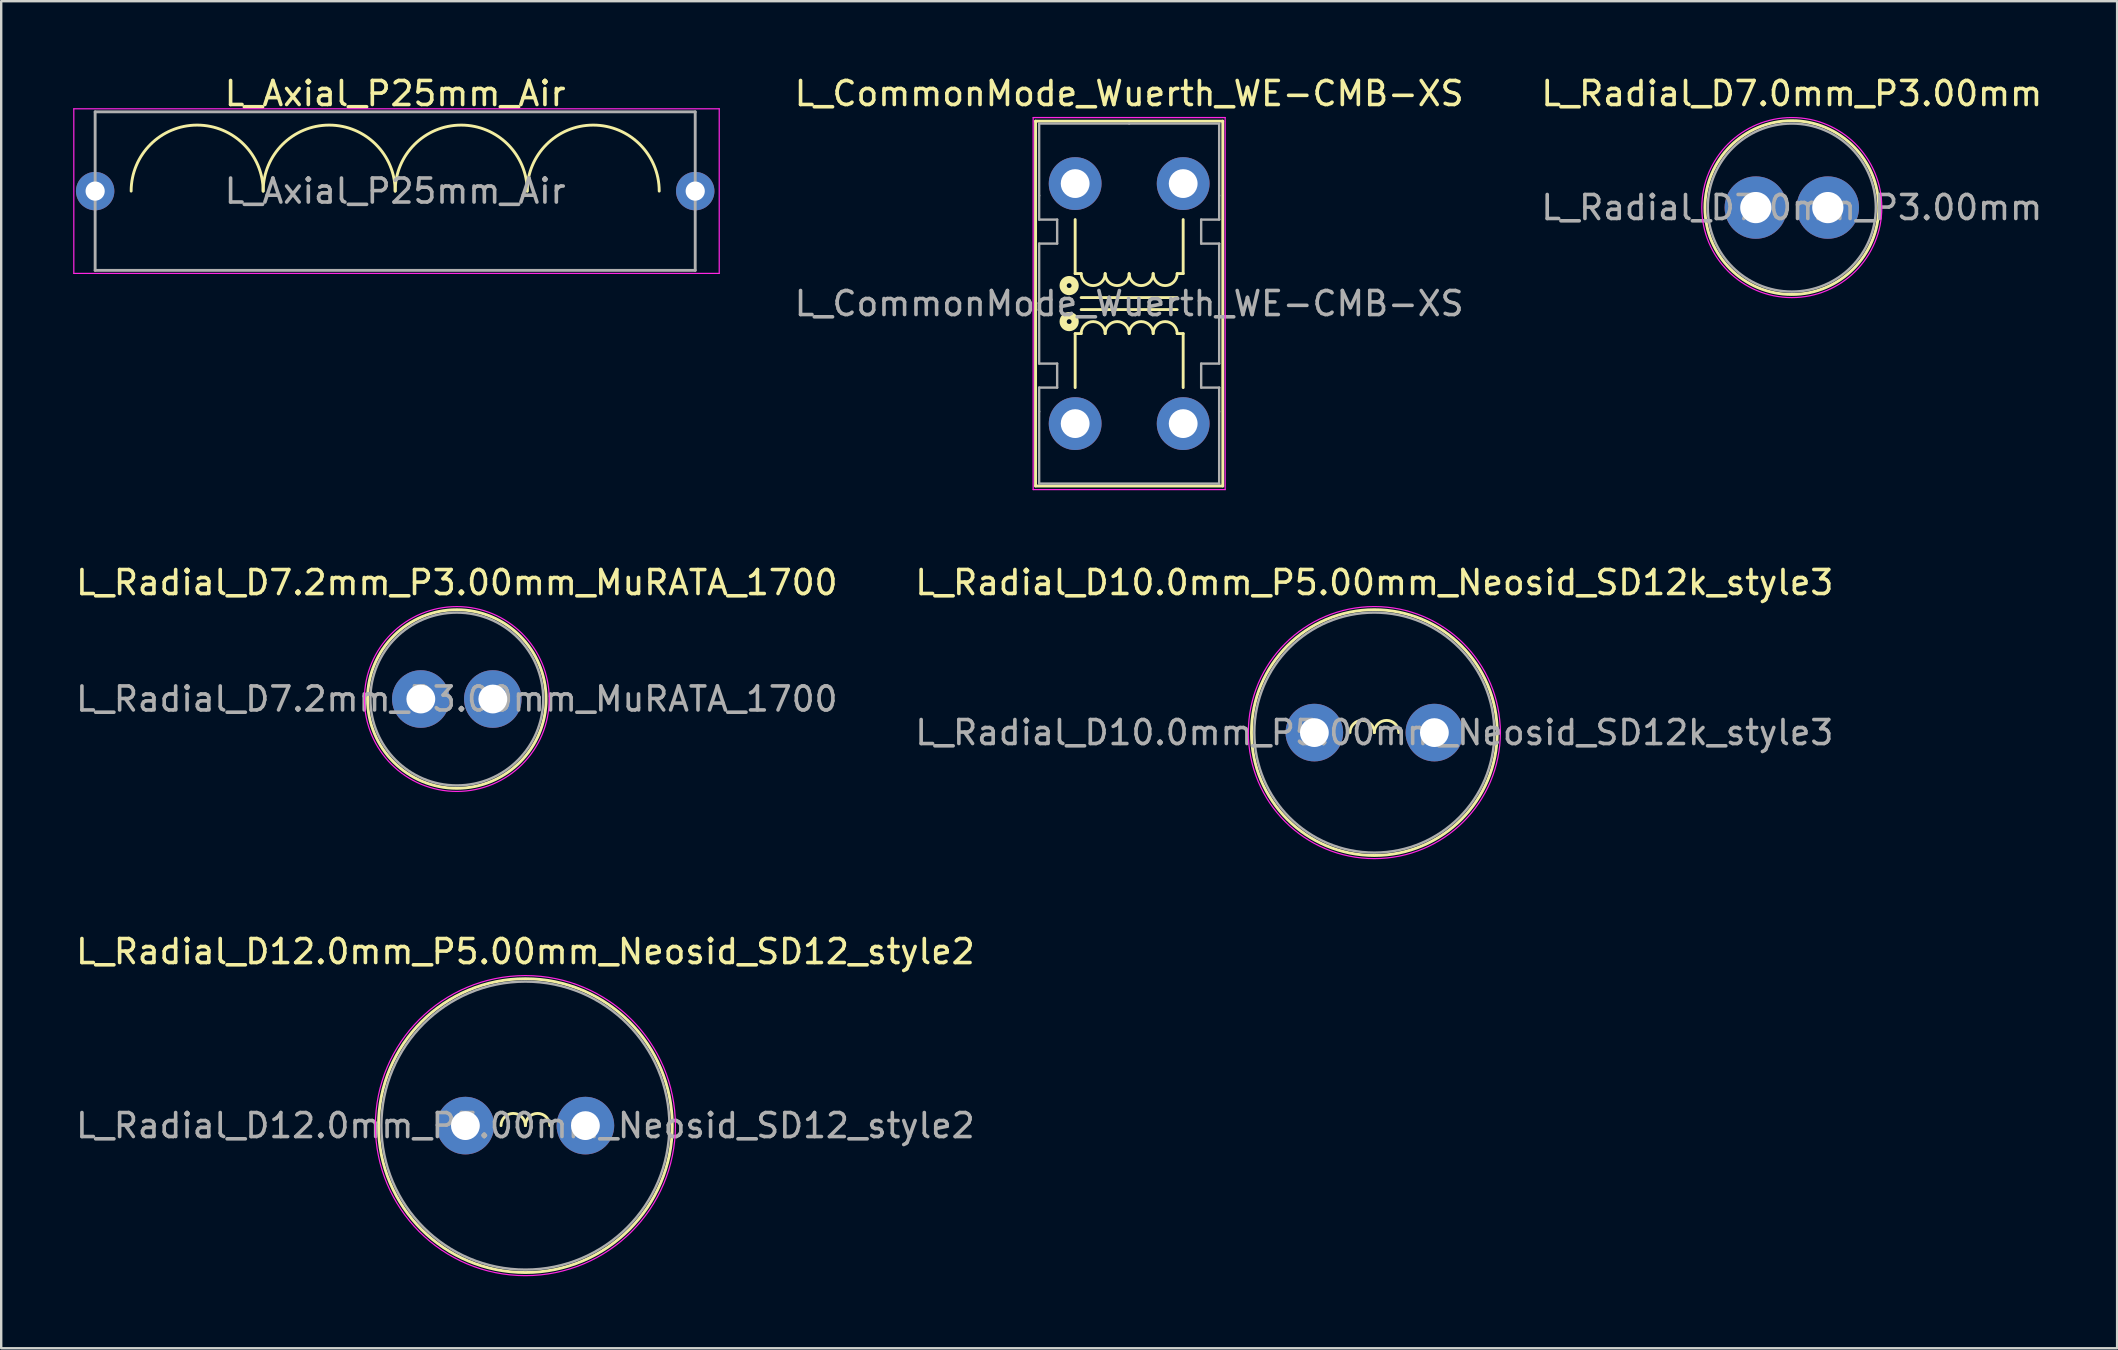
<source format=kicad_pcb>
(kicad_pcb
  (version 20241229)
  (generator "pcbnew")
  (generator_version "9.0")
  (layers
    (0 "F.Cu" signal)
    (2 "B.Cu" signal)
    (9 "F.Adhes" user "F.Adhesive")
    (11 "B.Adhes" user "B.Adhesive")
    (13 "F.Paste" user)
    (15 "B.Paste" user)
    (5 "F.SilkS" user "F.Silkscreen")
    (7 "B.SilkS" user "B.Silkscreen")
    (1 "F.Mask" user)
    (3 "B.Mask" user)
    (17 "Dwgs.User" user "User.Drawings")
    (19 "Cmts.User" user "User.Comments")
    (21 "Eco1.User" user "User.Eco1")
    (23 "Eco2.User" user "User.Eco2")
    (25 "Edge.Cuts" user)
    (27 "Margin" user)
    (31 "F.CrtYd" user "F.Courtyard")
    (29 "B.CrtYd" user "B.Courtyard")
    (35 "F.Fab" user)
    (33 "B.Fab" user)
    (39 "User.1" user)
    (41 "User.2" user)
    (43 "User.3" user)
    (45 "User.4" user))
  (footprint "L_CommonMode_Wuerth_WE-CMB-XS"
    (layer "F.Cu")
    (at 41.743 4.598)
    (property "Reference" "L_CommonMode_Wuerth_WE-CMB-XS" (at 2.25 -3.75 0) (layer "F.SilkS") (effects (font (size 1 1) (thickness 0.15))))
    (attr through_hole)
    (fp_line (start -1.65 -2.6) (end -1.65 12.6) (stroke (width 0.12) (type solid)) (layer "F.SilkS"))
    (fp_line (start -1.65 12.6) (end 6.15 12.6) (stroke (width 0.12) (type solid)) (layer "F.SilkS"))
    (fp_line (start 0 1.5) (end 0 3.75) (stroke (width 0.12) (type solid)) (layer "F.SilkS"))
    (fp_line (start 0 6.25) (end 0 8.5) (stroke (width 0.12) (type solid)) (layer "F.SilkS"))
    (fp_line (start 0.25 3.75) (end 0 3.75) (stroke (width 0.12) (type solid)) (layer "F.SilkS"))
    (fp_line (start 0.25 5.25) (end 4.25 5.25) (stroke (width 0.12) (type solid)) (layer "F.SilkS"))
    (fp_line (start 0.25 6.25) (end 0 6.25) (stroke (width 0.12) (type solid)) (layer "F.SilkS"))
    (fp_line (start 4.25 3.75) (end 4.5 3.75) (stroke (width 0.12) (type solid)) (layer "F.SilkS"))
    (fp_line (start 4.25 4.75) (end 0.25 4.75) (stroke (width 0.12) (type solid)) (layer "F.SilkS"))
    (fp_line (start 4.25 6.25) (end 4.5 6.25) (stroke (width 0.12) (type solid)) (layer "F.SilkS"))
    (fp_line (start 4.5 3.75) (end 4.5 1.5) (stroke (width 0.12) (type solid)) (layer "F.SilkS"))
    (fp_line (start 4.5 6.25) (end 4.5 8.5) (stroke (width 0.12) (type solid)) (layer "F.SilkS"))
    (fp_line (start 6.15 -2.6) (end -1.65 -2.6) (stroke (width 0.12) (type solid)) (layer "F.SilkS"))
    (fp_line (start 6.15 12.6) (end 6.15 -2.6) (stroke (width 0.12) (type solid)) (layer "F.SilkS"))
    (fp_arc (start 0.25 6.25) (mid 0.75 5.75) (end 1.25 6.25) (stroke (width 0.12) (type solid)) (layer "F.SilkS"))
    (fp_arc (start 1.25 3.75) (mid 0.75 4.25) (end 0.25 3.75) (stroke (width 0.12) (type solid)) (layer "F.SilkS"))
    (fp_arc (start 1.25 6.25) (mid 1.75 5.75) (end 2.25 6.25) (stroke (width 0.12) (type solid)) (layer "F.SilkS"))
    (fp_arc (start 2.25 3.75) (mid 1.75 4.25) (end 1.25 3.75) (stroke (width 0.12) (type solid)) (layer "F.SilkS"))
    (fp_arc (start 2.25 6.25) (mid 2.75 5.75) (end 3.25 6.25) (stroke (width 0.12) (type solid)) (layer "F.SilkS"))
    (fp_arc (start 3.25 3.75) (mid 2.75 4.25) (end 2.25 3.75) (stroke (width 0.12) (type solid)) (layer "F.SilkS"))
    (fp_arc (start 3.25 6.25) (mid 3.75 5.75) (end 4.25 6.25) (stroke (width 0.12) (type solid)) (layer "F.SilkS"))
    (fp_arc (start 4.25 3.75) (mid 3.75 4.25) (end 3.25 3.75) (stroke (width 0.12) (type solid)) (layer "F.SilkS"))
    (fp_circle (center -0.25 4.25) (end -0.15 4.25) (stroke (width 0.3) (type solid)) (fill no) (layer "F.SilkS"))
    (fp_circle (center -0.25 5.75) (end -0.15 5.75) (stroke (width 0.3) (type solid)) (fill no) (layer "F.SilkS"))
    (fp_line (start -1.75 -2.75) (end -1.75 12.75) (stroke (width 0.05) (type solid)) (layer "F.CrtYd"))
    (fp_line (start -1.75 12.75) (end 6.25 12.75) (stroke (width 0.05) (type solid)) (layer "F.CrtYd"))
    (fp_line (start 6.25 -2.75) (end -1.75 -2.75) (stroke (width 0.05) (type solid)) (layer "F.CrtYd"))
    (fp_line (start 6.25 12.75) (end 6.25 -2.75) (stroke (width 0.05) (type solid)) (layer "F.CrtYd"))
    (fp_line (start -1.5 -2.5) (end 2.25 -2.5) (stroke (width 0.1) (type solid)) (layer "F.Fab"))
    (fp_line (start -1.5 0.5) (end -1.5 -2.5) (stroke (width 0.1) (type solid)) (layer "F.Fab"))
    (fp_line (start -1.5 1.5) (end -1.5 0.5) (stroke (width 0.1) (type solid)) (layer "F.Fab"))
    (fp_line (start -1.5 2.5) (end -0.75 2.5) (stroke (width 0.1) (type solid)) (layer "F.Fab"))
    (fp_line (start -1.5 7.5) (end -1.5 2.5) (stroke (width 0.1) (type solid)) (layer "F.Fab"))
    (fp_line (start -1.5 8.5) (end -0.75 8.5) (stroke (width 0.1) (type solid)) (layer "F.Fab"))
    (fp_line (start -1.5 9.5) (end -1.5 8.5) (stroke (width 0.1) (type solid)) (layer "F.Fab"))
    (fp_line (start -1.5 12.5) (end -1.5 9.5) (stroke (width 0.1) (type solid)) (layer "F.Fab"))
    (fp_line (start -0.75 1.5) (end -1.5 1.5) (stroke (width 0.1) (type solid)) (layer "F.Fab"))
    (fp_line (start -0.75 2.5) (end -0.75 1.5) (stroke (width 0.1) (type solid)) (layer "F.Fab"))
    (fp_line (start -0.75 7.5) (end -1.5 7.5) (stroke (width 0.1) (type solid)) (layer "F.Fab"))
    (fp_line (start -0.75 8.5) (end -0.75 7.5) (stroke (width 0.1) (type solid)) (layer "F.Fab"))
    (fp_line (start 2.25 -2.5) (end 6 -2.5) (stroke (width 0.1) (type solid)) (layer "F.Fab"))
    (fp_line (start 5.25 1.5) (end 5.25 2.5) (stroke (width 0.1) (type solid)) (layer "F.Fab"))
    (fp_line (start 5.25 2.5) (end 6 2.5) (stroke (width 0.1) (type solid)) (layer "F.Fab"))
    (fp_line (start 5.25 7.5) (end 5.25 8.5) (stroke (width 0.1) (type solid)) (layer "F.Fab"))
    (fp_line (start 5.25 8.5) (end 6 8.5) (stroke (width 0.1) (type solid)) (layer "F.Fab"))
    (fp_line (start 6 -2.5) (end 6 0.5) (stroke (width 0.1) (type solid)) (layer "F.Fab"))
    (fp_line (start 6 0.5) (end 6 1.5) (stroke (width 0.1) (type solid)) (layer "F.Fab"))
    (fp_line (start 6 1.5) (end 5.25 1.5) (stroke (width 0.1) (type solid)) (layer "F.Fab"))
    (fp_line (start 6 2.5) (end 6 7.5) (stroke (width 0.1) (type solid)) (layer "F.Fab"))
    (fp_line (start 6 7.5) (end 5.25 7.5) (stroke (width 0.1) (type solid)) (layer "F.Fab"))
    (fp_line (start 6 8.5) (end 6 9.5) (stroke (width 0.1) (type solid)) (layer "F.Fab"))
    (fp_line (start 6 9.5) (end 6 12.5) (stroke (width 0.1) (type solid)) (layer "F.Fab"))
    (fp_line (start 6 12.5) (end -1.5 12.5) (stroke (width 0.1) (type solid)) (layer "F.Fab"))
    (fp_text user "${REFERENCE}" (at 2.25 5 0) (layer "F.Fab") (effects (font (size 1 1) (thickness 0.15))))
    (pad "1" thru_hole circle (at 0 0) (size 2.2 2.2) (drill 1.2) (layers "*.Cu" "*.Mask"))
    (pad "2" thru_hole circle (at 4.5 0) (size 2.2 2.2) (drill 1.2) (layers "*.Cu" "*.Mask"))
    (pad "3" thru_hole circle (at 4.5 10) (size 2.2 2.2) (drill 1.2) (layers "*.Cu" "*.Mask"))
    (pad "4" thru_hole circle (at 0 10) (size 2.2 2.2) (drill 1.2) (layers "*.Cu" "*.Mask")))
  (footprint "L_Radial_D10.0mm_P5.00mm_Neosid_SD12k_style3"
    (layer "F.Cu")
    (at 51.708 27.471)
    (property "Reference" "L_Radial_D10.0mm_P5.00mm_Neosid_SD12k_style3" (at 2.5 -6.25 0) (layer "F.SilkS") (effects (font (size 1 1) (thickness 0.15))))
    (attr through_hole)
    (fp_arc (start 1.484 0) (mid 1.992 -0.508) (end 2.5 0) (stroke (width 0.12) (type solid)) (layer "F.SilkS"))
    (fp_arc (start 2.5 0) (mid 3.008 -0.508) (end 3.516 0) (stroke (width 0.12) (type solid)) (layer "F.SilkS"))
    (fp_circle (center 2.5 0) (end 7.62 0) (stroke (width 0.12) (type solid)) (fill no) (layer "F.SilkS"))
    (fp_circle (center 2.5 0) (end 7.75 0) (stroke (width 0.05) (type solid)) (fill no) (layer "F.CrtYd"))
    (fp_circle (center 2.5 0) (end 7.5 0) (stroke (width 0.1) (type solid)) (fill no) (layer "F.Fab"))
    (fp_text user "${REFERENCE}" (at 2.5 0 0) (layer "F.Fab") (effects (font (size 1 1) (thickness 0.15))))
    (pad "1" thru_hole circle (at 0 0) (size 2.4 2.4) (drill 1.2) (layers "*.Cu" "*.Mask"))
    (pad "2" thru_hole circle (at 5 0) (size 2.4 2.4) (drill 1.2) (layers "*.Cu" "*.Mask")))
  (footprint "L_Radial_D7.2mm_P3.00mm_MuRATA_1700"
    (layer "F.Cu")
    (at 14.482 26.072)
    (property "Reference" "L_Radial_D7.2mm_P3.00mm_MuRATA_1700" (at 1.5 -4.85 0) (layer "F.SilkS") (effects (font (size 1 1) (thickness 0.15))))
    (attr through_hole)
    (fp_circle (center 1.5 0) (end 5.22 0) (stroke (width 0.12) (type solid)) (fill no) (layer "F.SilkS"))
    (fp_circle (center 1.5 0) (end 5.35 0) (stroke (width 0.05) (type solid)) (fill no) (layer "F.CrtYd"))
    (fp_circle (center 1.5 0) (end 5.1 0) (stroke (width 0.1) (type solid)) (fill no) (layer "F.Fab"))
    (fp_text user "${REFERENCE}" (at 1.5 0 0) (layer "F.Fab") (effects (font (size 1 1) (thickness 0.15))))
    (pad "1" thru_hole circle (at 0 0) (size 2.4 2.4) (drill 1.2) (layers "*.Cu" "*.Mask"))
    (pad "2" thru_hole circle (at 3 0) (size 2.4 2.4) (drill 1.2) (layers "*.Cu" "*.Mask")))
  (footprint "L_Radial_D12.0mm_P5.00mm_Neosid_SD12_style2"
    (layer "F.Cu")
    (at 16.339 43.845)
    (property "Reference" "L_Radial_D12.0mm_P5.00mm_Neosid_SD12_style2" (at 2.5 -7.25 0) (layer "F.SilkS") (effects (font (size 1 1) (thickness 0.15))))
    (attr through_hole)
    (fp_arc (start 1.484 0) (mid 1.992 -0.508) (end 2.5 0) (stroke (width 0.12) (type solid)) (layer "F.SilkS"))
    (fp_arc (start 2.5 0) (mid 3.008 -0.508) (end 3.516 0) (stroke (width 0.12) (type solid)) (layer "F.SilkS"))
    (fp_circle (center 2.5 0) (end 8.62 0) (stroke (width 0.12) (type solid)) (fill no) (layer "F.SilkS"))
    (fp_circle (center 2.5 0) (end 8.75 0) (stroke (width 0.05) (type solid)) (fill no) (layer "F.CrtYd"))
    (fp_circle (center 2.5 0) (end 8.5 0) (stroke (width 0.1) (type solid)) (fill no) (layer "F.Fab"))
    (fp_text user "${REFERENCE}" (at 2.5 0 0) (layer "F.Fab") (effects (font (size 1 1) (thickness 0.15))))
    (pad "1" thru_hole circle (at 0 0) (size 2.4 2.4) (drill 1.2) (layers "*.Cu" "*.Mask"))
    (pad "2" thru_hole circle (at 5 0) (size 2.4 2.4) (drill 1.2) (layers "*.Cu" "*.Mask")))
  (footprint "L_Radial_D7.0mm_P3.00mm"
    (layer "F.Cu")
    (at 70.1 5.598)
    (property "Reference" "L_Radial_D7.0mm_P3.00mm" (at 1.5 -4.75 0) (layer "F.SilkS") (effects (font (size 1 1) (thickness 0.15))))
    (attr through_hole)
    (fp_circle (center 1.5 0) (end 5.12 0) (stroke (width 0.12) (type solid)) (fill no) (layer "F.SilkS"))
    (fp_circle (center 1.5 0) (end 5.25 0) (stroke (width 0.05) (type solid)) (fill no) (layer "F.CrtYd"))
    (fp_circle (center 1.5 0) (end 5 0) (stroke (width 0.1) (type solid)) (fill no) (layer "F.Fab"))
    (fp_text user "${REFERENCE}" (at 1.5 0 0) (layer "F.Fab") (effects (font (size 1 1) (thickness 0.15))))
    (pad "1" thru_hole circle (at 0 0) (size 2.6 2.6) (drill 1.3) (layers "*.Cu" "*.Mask"))
    (pad "2" thru_hole circle (at 3 0) (size 2.6 2.6) (drill 1.3) (layers "*.Cu" "*.Mask")))
  (footprint "L_Axial_P25mm_Air"
    (layer "F.Cu")
    (at 0.914 4.912)
    (property "Reference" "L_Axial_P25mm_Air" (at 12.5 -4.064 0) (layer "F.SilkS") (effects (font (size 1 1) (thickness 0.15))))
    (attr through_hole)
    (fp_arc (start 1.5 0) (mid 4.25 -2.75) (end 7 0) (stroke (width 0.12) (type solid)) (layer "F.SilkS"))
    (fp_arc (start 7 0) (mid 9.75 -2.75) (end 12.5 0) (stroke (width 0.12) (type solid)) (layer "F.SilkS"))
    (fp_arc (start 12.5 0) (mid 15.25 -2.75) (end 18 0) (stroke (width 0.12) (type solid)) (layer "F.SilkS"))
    (fp_arc (start 18 0) (mid 20.75 -2.75) (end 23.5 0) (stroke (width 0.12) (type solid)) (layer "F.SilkS"))
    (fp_line (start -0.889 -3.429) (end -0.889 3.429) (stroke (width 0.05) (type solid)) (layer "F.CrtYd"))
    (fp_line (start -0.889 3.429) (end 26 3.429) (stroke (width 0.05) (type solid)) (layer "F.CrtYd"))
    (fp_line (start 26 -3.429) (end -0.889 -3.429) (stroke (width 0.05) (type solid)) (layer "F.CrtYd"))
    (fp_line (start 26 3.429) (end 26 -3.429) (stroke (width 0.05) (type solid)) (layer "F.CrtYd"))
    (fp_line (start 0 -3.302) (end 25 -3.302) (stroke (width 0.12) (type solid)) (layer "F.Fab"))
    (fp_line (start 0 0) (end 0 -3.302) (stroke (width 0.12) (type solid)) (layer "F.Fab"))
    (fp_line (start 0 3.302) (end 0 0) (stroke (width 0.12) (type solid)) (layer "F.Fab"))
    (fp_line (start 0 3.302) (end 25 3.302) (stroke (width 0.12) (type solid)) (layer "F.Fab"))
    (fp_line (start 25 -3.302) (end 25 0) (stroke (width 0.12) (type solid)) (layer "F.Fab"))
    (fp_line (start 25 3.302) (end 25 0) (stroke (width 0.12) (type solid)) (layer "F.Fab"))
    (fp_text user "${REFERENCE}" (at 12.5 0 0) (layer "F.Fab") (effects (font (size 1 1) (thickness 0.15))))
    (pad "1" thru_hole circle (at 0 0) (size 1.6 1.6) (drill 0.8) (layers "*.Cu" "*.Mask"))
    (pad "2" thru_hole oval (at 25 0) (size 1.6 1.6) (drill 0.8) (layers "*.Cu" "*.Mask")))
  (gr_rect
    (start -3 -3)
    (end 85.153 53.12)
    (stroke (width 0.1) (type default))
    (fill no)
    (layer "Edge.Cuts")))
</source>
